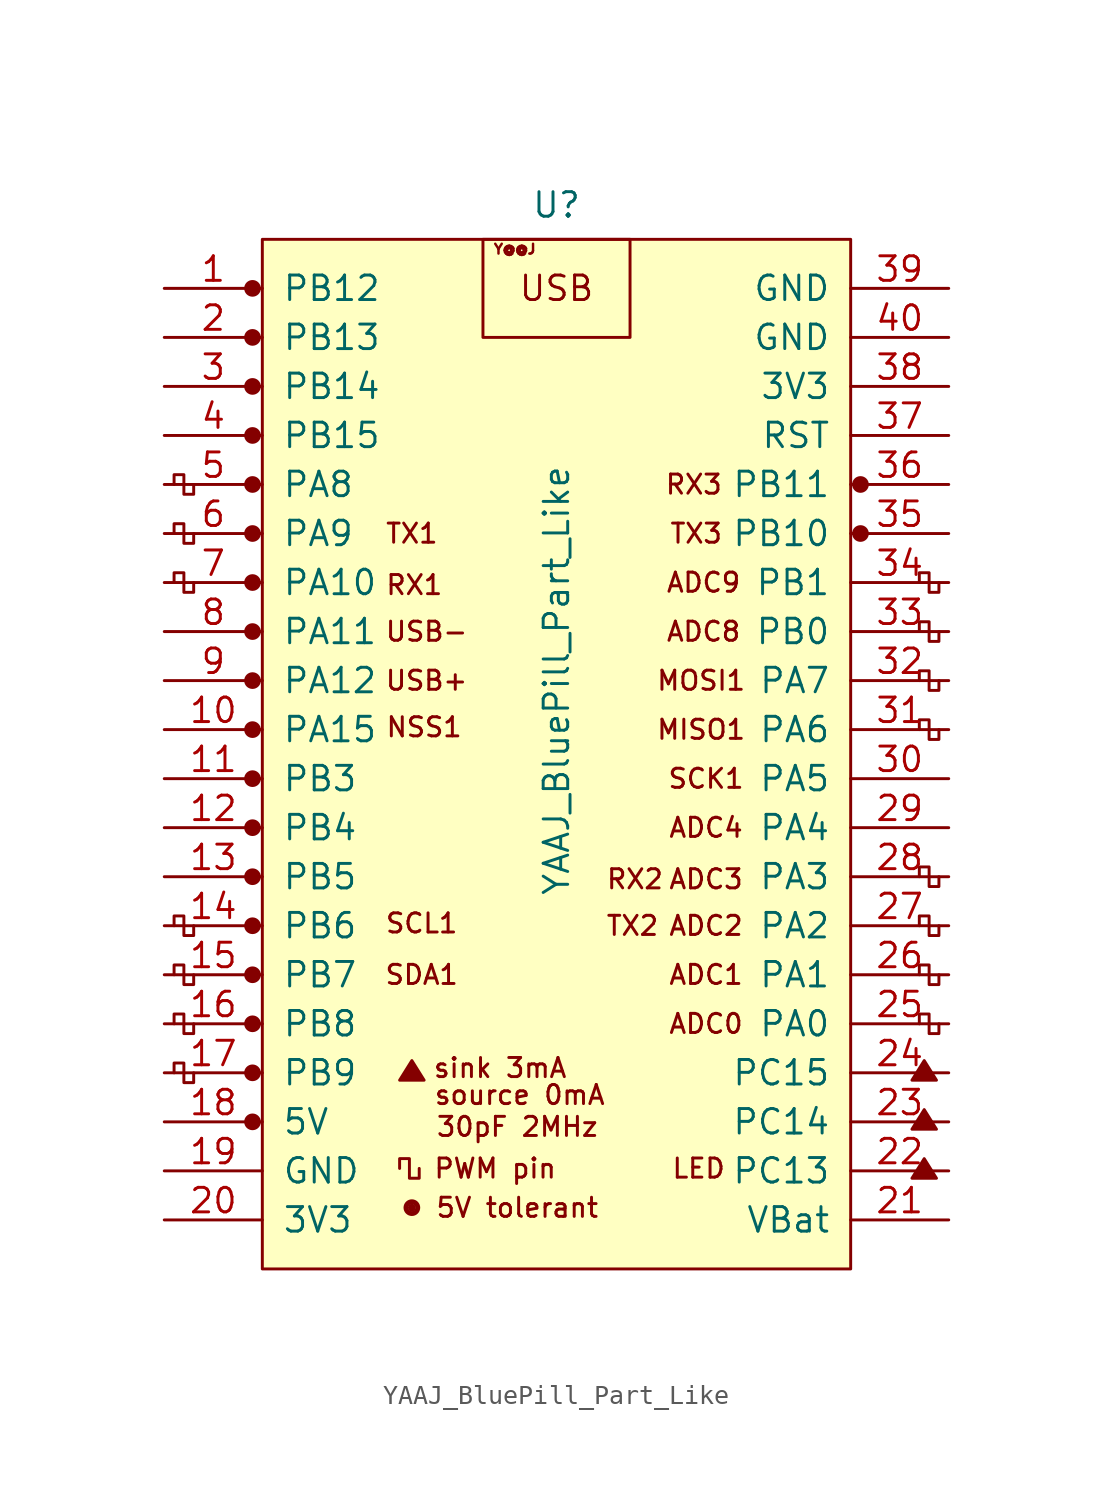
<source format=kicad_sym>
(kicad_symbol_lib
  (version 20231120)
  (generator "kicad_symbol_editor")
  (generator_version "8.0")
  (symbol "YAAJ_BluePill_Part_Like"
    (pin_names
      (offset 1.016))
    (property "Reference" "U"
      (at 0 27.178 0)
      (effects (font (size 1.27 1.27))))
    (property "Value" "YAAJ_BluePill_Part_Like"
      (at 0 2.54 90)
      (effects (font (size 1.27 1.27))))
    (symbol "YAAJ_BluePill_Part_Like_0_0"
      (circle (center -15.748 -20.32) (radius 0.356) (stroke (width 0) (type solid)) (fill (type outline)))
      (circle (center -15.748 -17.78) (radius 0.356) (stroke (width 0) (type solid)) (fill (type outline)))
      (circle (center -15.748 -15.24) (radius 0.356) (stroke (width 0) (type solid)) (fill (type outline)))
      (circle (center -15.748 -12.7) (radius 0.356) (stroke (width 0) (type solid)) (fill (type outline)))
      (circle (center -15.748 -10.16) (radius 0.356) (stroke (width 0) (type solid)) (fill (type outline)))
      (circle (center -15.748 -7.62) (radius 0.356) (stroke (width 0) (type solid)) (fill (type outline)))
      (circle (center -15.748 -5.08) (radius 0.356) (stroke (width 0) (type solid)) (fill (type outline)))
      (circle (center -15.748 -2.54) (radius 0.356) (stroke (width 0) (type solid)) (fill (type outline)))
      (circle (center -15.748 0) (radius 0.356) (stroke (width 0) (type solid)) (fill (type outline)))
      (circle (center -15.748 2.54) (radius 0.356) (stroke (width 0) (type solid)) (fill (type outline)))
      (circle (center -15.748 5.08) (radius 0.356) (stroke (width 0) (type solid)) (fill (type outline)))
      (circle (center -15.748 7.62) (radius 0.356) (stroke (width 0) (type solid)) (fill (type outline)))
      (circle (center -15.748 10.16) (radius 0.356) (stroke (width 0) (type solid)) (fill (type outline)))
      (circle (center -15.748 12.7) (radius 0.356) (stroke (width 0) (type solid)) (fill (type outline)))
      (circle (center -15.748 15.24) (radius 0.356) (stroke (width 0) (type solid)) (fill (type outline)))
      (circle (center -15.748 17.78) (radius 0.356) (stroke (width 0) (type solid)) (fill (type outline)))
      (circle (center -15.748 22.86) (radius 0.356) (stroke (width 0) (type solid)) (fill (type outline)))
      (circle (center -7.493 -24.765) (radius 0.127) (stroke (width 0) (type solid)) (fill (type outline)))
      (circle (center -7.493 -24.765) (radius 0.254) (stroke (width 0) (type solid)) (fill (type none)))
      (circle (center -7.493 -24.765) (radius 0.356) (stroke (width 0) (type solid)) (fill (type none)))
      (polyline (pts (xy -8.128 -18.161) (xy -7.493 -17.145) (xy -6.858 -18.161) (xy -8.128 -18.161) (xy -7.493 -17.272) (xy -6.985 -18.161) (xy -8.001 -18.034) (xy -7.493 -17.399) (xy -7.112 -18.161) (xy -7.874 -17.907) (xy -7.366 -17.526) (xy -7.239 -18.161) (xy -7.747 -17.78) (xy -7.239 -17.653) (xy -7.366 -18.034) (xy -7.62 -17.78) (xy -7.366 -17.907) (xy -7.493 -17.653)) (stroke (width 0) (type solid)) (fill (type none)))
      (polyline (pts (xy 18.415 -23.241) (xy 19.05 -22.225) (xy 19.685 -23.241) (xy 18.415 -23.241) (xy 19.05 -22.352) (xy 19.558 -23.241) (xy 18.542 -23.114) (xy 19.05 -22.479) (xy 19.431 -23.241) (xy 18.669 -22.987) (xy 19.177 -22.606) (xy 19.304 -23.241) (xy 18.796 -22.86) (xy 19.304 -22.733) (xy 19.177 -23.114) (xy 18.923 -22.86) (xy 19.177 -22.987) (xy 19.05 -22.733)) (stroke (width 0) (type solid)) (fill (type none)))
      (polyline (pts (xy 18.415 -20.701) (xy 19.05 -19.685) (xy 19.685 -20.701) (xy 18.415 -20.701) (xy 19.05 -19.812) (xy 19.558 -20.701) (xy 18.542 -20.574) (xy 19.05 -19.939) (xy 19.431 -20.701) (xy 18.669 -20.447) (xy 19.177 -20.066) (xy 19.304 -20.701) (xy 18.796 -20.32) (xy 19.304 -20.193) (xy 19.177 -20.574) (xy 18.923 -20.32) (xy 19.177 -20.447) (xy 19.05 -20.193)) (stroke (width 0) (type solid)) (fill (type none)))
      (polyline (pts (xy 18.415 -18.161) (xy 19.05 -17.145) (xy 19.685 -18.161) (xy 18.415 -18.161) (xy 19.05 -17.272) (xy 19.558 -18.161) (xy 18.542 -18.034) (xy 19.05 -17.399) (xy 19.431 -18.161) (xy 18.669 -17.907) (xy 19.177 -17.526) (xy 19.304 -18.161) (xy 18.796 -17.78) (xy 19.304 -17.653) (xy 19.177 -18.034) (xy 18.923 -17.78) (xy 19.177 -17.907) (xy 19.05 -17.653)) (stroke (width 0) (type solid)) (fill (type none)))
      (circle (center 15.748 10.16) (radius 0.254) (stroke (width 0) (type solid)) (fill (type outline)))
      (circle (center 15.748 10.16) (radius 0.356) (stroke (width 0) (type solid)) (fill (type none)))
      (circle (center 15.748 12.7) (radius 0.254) (stroke (width 0) (type solid)) (fill (type outline)))
      (circle (center 15.748 12.7) (radius 0.356) (stroke (width 0) (type solid)) (fill (type none)))
      (text "30pF 2MHz" (at -2.032 -20.574 0) (effects (font (size 0.991 0.991))))
      (text "5V tolerant" (at -2.032 -24.765 0) (effects (font (size 0.991 0.991))))
      (text "ADC0" (at 7.747 -15.24 0) (effects (font (size 0.991 0.991))))
      (text "ADC1" (at 7.747 -12.7 0) (effects (font (size 0.991 0.991))))
      (text "ADC2" (at 7.747 -10.16 0) (effects (font (size 0.991 0.991))))
      (text "ADC3" (at 7.747 -7.747 0) (effects (font (size 0.991 0.991))))
      (text "ADC4" (at 7.747 -5.08 0) (effects (font (size 0.991 0.991))))
      (text "ADC8" (at 7.62 5.08 0) (effects (font (size 0.991 0.991))))
      (text "ADC9" (at 7.62 7.62 0) (effects (font (size 0.991 0.991))))
      (text "LED" (at 7.366 -22.733 0) (effects (font (size 0.991 0.991))))
      (text "MISO1" (at 7.493 0 0) (effects (font (size 0.991 0.991))))
      (text "MOSI1" (at 7.493 2.54 0) (effects (font (size 0.991 0.991))))
      (text "NSS1" (at -6.858 0.127 0) (effects (font (size 0.991 0.991))))
      (text "PWM pin" (at -3.175 -22.733 0) (effects (font (size 0.991 0.991))))
      (text "RX1" (at -7.366 7.493 0) (effects (font (size 0.991 0.991))))
      (text "RX2" (at 4.064 -7.747 0) (effects (font (size 0.991 0.991))))
      (text "RX3" (at 7.112 12.7 0) (effects (font (size 0.991 0.991))))
      (text "SCK1" (at 7.747 -2.54 0) (effects (font (size 0.991 0.991))))
      (text "SCL1" (at -6.985 -10.033 0) (effects (font (size 0.991 0.991))))
      (text "SDA1" (at -6.985 -12.7 0) (effects (font (size 0.991 0.991))))
      (text "sink 3mA" (at -2.921 -17.526 0) (effects (font (size 0.991 0.991))))
      (text "source 0mA" (at -1.905 -18.923 0) (effects (font (size 0.991 0.991))))
      (text "TX1" (at -7.493 10.16 0) (effects (font (size 0.991 0.991))))
      (text "TX2" (at 3.937 -10.16 0) (effects (font (size 0.991 0.991))))
      (text "TX3" (at 7.239 10.16 0) (effects (font (size 0.991 0.991))))
      (text "USB" (at 0 22.86 0) (effects (font (size 1.27 1.27))))
      (text "USB+" (at -6.731 2.54 0) (effects (font (size 0.991 0.991))))
      (text "USB-" (at -6.731 5.08 0) (effects (font (size 0.991 0.991))))
      (text "Y@@J" (at -2.159 24.892 0) (effects (font (size 0.508 0.508)))))
    (symbol "YAAJ_BluePill_Part_Like_0_1"
      (rectangle (start -15.24 25.4) (end 15.24 -27.94) (stroke (width 0) (type solid)) (fill (type background)))
      (polyline (pts (xy -18.796 -17.78) (xy -18.796 -18.288) (xy -19.304 -18.288) (xy -19.304 -17.272) (xy -19.812 -17.272) (xy -19.812 -17.78)) (stroke (width 0) (type solid)) (fill (type none)))
      (polyline (pts (xy -18.796 -15.24) (xy -18.796 -15.748) (xy -19.304 -15.748) (xy -19.304 -14.732) (xy -19.812 -14.732) (xy -19.812 -15.24)) (stroke (width 0) (type solid)) (fill (type none)))
      (polyline (pts (xy -18.796 -12.7) (xy -18.796 -13.208) (xy -19.304 -13.208) (xy -19.304 -12.192) (xy -19.812 -12.192) (xy -19.812 -12.7)) (stroke (width 0) (type solid)) (fill (type none)))
      (polyline (pts (xy -18.796 -10.16) (xy -18.796 -10.668) (xy -19.304 -10.668) (xy -19.304 -9.652) (xy -19.812 -9.652) (xy -19.812 -10.16)) (stroke (width 0) (type solid)) (fill (type none)))
      (polyline (pts (xy -18.796 7.62) (xy -18.796 7.112) (xy -19.304 7.112) (xy -19.304 8.128) (xy -19.812 8.128) (xy -19.812 7.62)) (stroke (width 0) (type solid)) (fill (type none)))
      (polyline (pts (xy -18.796 10.16) (xy -18.796 9.652) (xy -19.304 9.652) (xy -19.304 10.668) (xy -19.812 10.668) (xy -19.812 10.16)) (stroke (width 0) (type solid)) (fill (type none)))
      (polyline (pts (xy -18.796 12.7) (xy -18.796 12.192) (xy -19.304 12.192) (xy -19.304 13.208) (xy -19.812 13.208) (xy -19.812 12.7)) (stroke (width 0) (type solid)) (fill (type none)))
      (polyline (pts (xy -7.112 -22.733) (xy -7.112 -23.241) (xy -7.62 -23.241) (xy -7.62 -22.225) (xy -8.128 -22.225) (xy -8.128 -22.733)) (stroke (width 0) (type solid)) (fill (type none)))
      (polyline (pts (xy 19.812 -15.24) (xy 19.812 -15.748) (xy 19.304 -15.748) (xy 19.304 -14.732) (xy 18.796 -14.732) (xy 18.796 -15.24)) (stroke (width 0) (type solid)) (fill (type none)))
      (polyline (pts (xy 19.812 -12.7) (xy 19.812 -13.208) (xy 19.304 -13.208) (xy 19.304 -12.192) (xy 18.796 -12.192) (xy 18.796 -12.7)) (stroke (width 0) (type solid)) (fill (type none)))
      (polyline (pts (xy 19.812 -10.16) (xy 19.812 -10.668) (xy 19.304 -10.668) (xy 19.304 -9.652) (xy 18.796 -9.652) (xy 18.796 -10.16)) (stroke (width 0) (type solid)) (fill (type none)))
      (polyline (pts (xy 19.812 -7.62) (xy 19.812 -8.128) (xy 19.304 -8.128) (xy 19.304 -7.112) (xy 18.796 -7.112) (xy 18.796 -7.62)) (stroke (width 0) (type solid)) (fill (type none)))
      (polyline (pts (xy 19.812 0) (xy 19.812 -0.508) (xy 19.304 -0.508) (xy 19.304 0.508) (xy 18.796 0.508) (xy 18.796 0)) (stroke (width 0) (type solid)) (fill (type none)))
      (polyline (pts (xy 19.812 2.54) (xy 19.812 2.032) (xy 19.304 2.032) (xy 19.304 3.048) (xy 18.796 3.048) (xy 18.796 2.54)) (stroke (width 0) (type solid)) (fill (type none)))
      (polyline (pts (xy 19.812 5.08) (xy 19.812 4.572) (xy 19.304 4.572) (xy 19.304 5.588) (xy 18.796 5.588) (xy 18.796 5.08)) (stroke (width 0) (type solid)) (fill (type none)))
      (polyline (pts (xy 19.812 7.62) (xy 19.812 7.112) (xy 19.304 7.112) (xy 19.304 8.128) (xy 18.796 8.128) (xy 18.796 7.62)) (stroke (width 0) (type solid)) (fill (type none)))
      (rectangle (start 3.81 25.4) (end -3.81 20.32) (stroke (width 0) (type solid)) (fill (type none))))
    (symbol "YAAJ_BluePill_Part_Like_1_1"
      (circle (center -15.748 20.32) (radius 0.356) (stroke (width 0) (type solid)) (fill (type outline)))
      (pin bidirectional line (at -20.32 22.86 0) (length 5.08) (name "PB12" (effects (font (size 1.27 1.27)))) (number "1" (effects (font (size 1.27 1.27)))))
      (pin bidirectional line (at -20.32 0 0) (length 5.08) (name "PA15" (effects (font (size 1.27 1.27)))) (number "10" (effects (font (size 1.27 1.27)))))
      (pin bidirectional line (at -20.32 -2.54 0) (length 5.08) (name "PB3" (effects (font (size 1.27 1.27)))) (number "11" (effects (font (size 1.27 1.27)))))
      (pin bidirectional line (at -20.32 -5.08 0) (length 5.08) (name "PB4" (effects (font (size 1.27 1.27)))) (number "12" (effects (font (size 1.27 1.27)))))
      (pin bidirectional line (at -20.32 -7.62 0) (length 5.08) (name "PB5" (effects (font (size 1.27 1.27)))) (number "13" (effects (font (size 1.27 1.27)))))
      (pin bidirectional line (at -20.32 -10.16 0) (length 5.08) (name "PB6" (effects (font (size 1.27 1.27)))) (number "14" (effects (font (size 1.27 1.27)))))
      (pin bidirectional line (at -20.32 -12.7 0) (length 5.08) (name "PB7" (effects (font (size 1.27 1.27)))) (number "15" (effects (font (size 1.27 1.27)))))
      (pin bidirectional line (at -20.32 -15.24 0) (length 5.08) (name "PB8" (effects (font (size 1.27 1.27)))) (number "16" (effects (font (size 1.27 1.27)))))
      (pin bidirectional line (at -20.32 -17.78 0) (length 5.08) (name "PB9" (effects (font (size 1.27 1.27)))) (number "17" (effects (font (size 1.27 1.27)))))
      (pin power_in line (at -20.32 -20.32 0) (length 5.08) (name "5V" (effects (font (size 1.27 1.27)))) (number "18" (effects (font (size 1.27 1.27)))))
      (pin power_in line (at -20.32 -22.86 0) (length 5.08) (name "GND" (effects (font (size 1.27 1.27)))) (number "19" (effects (font (size 1.27 1.27)))))
      (pin bidirectional line (at -20.32 20.32 0) (length 5.08) (name "PB13" (effects (font (size 1.27 1.27)))) (number "2" (effects (font (size 1.27 1.27)))))
      (pin power_in line (at -20.32 -25.4 0) (length 5.08) (name "3V3" (effects (font (size 1.27 1.27)))) (number "20" (effects (font (size 1.27 1.27)))))
      (pin power_in line (at 20.32 -25.4 180) (length 5.08) (name "VBat" (effects (font (size 1.27 1.27)))) (number "21" (effects (font (size 1.27 1.27)))))
      (pin bidirectional line (at 20.32 -22.86 180) (length 5.08) (name "PC13" (effects (font (size 1.27 1.27)))) (number "22" (effects (font (size 1.27 1.27)))))
      (pin bidirectional line (at 20.32 -20.32 180) (length 5.08) (name "PC14" (effects (font (size 1.27 1.27)))) (number "23" (effects (font (size 1.27 1.27)))))
      (pin bidirectional line (at 20.32 -17.78 180) (length 5.08) (name "PC15" (effects (font (size 1.27 1.27)))) (number "24" (effects (font (size 1.27 1.27)))))
      (pin bidirectional line (at 20.32 -15.24 180) (length 5.08) (name "PA0" (effects (font (size 1.27 1.27)))) (number "25" (effects (font (size 1.27 1.27)))))
      (pin bidirectional line (at 20.32 -12.7 180) (length 5.08) (name "PA1" (effects (font (size 1.27 1.27)))) (number "26" (effects (font (size 1.27 1.27)))))
      (pin bidirectional line (at 20.32 -10.16 180) (length 5.08) (name "PA2" (effects (font (size 1.27 1.27)))) (number "27" (effects (font (size 1.27 1.27)))))
      (pin bidirectional line (at 20.32 -7.62 180) (length 5.08) (name "PA3" (effects (font (size 1.27 1.27)))) (number "28" (effects (font (size 1.27 1.27)))))
      (pin bidirectional line (at 20.32 -5.08 180) (length 5.08) (name "PA4" (effects (font (size 1.27 1.27)))) (number "29" (effects (font (size 1.27 1.27)))))
      (pin bidirectional line (at -20.32 17.78 0) (length 5.08) (name "PB14" (effects (font (size 1.27 1.27)))) (number "3" (effects (font (size 1.27 1.27)))))
      (pin bidirectional line (at 20.32 -2.54 180) (length 5.08) (name "PA5" (effects (font (size 1.27 1.27)))) (number "30" (effects (font (size 1.27 1.27)))))
      (pin bidirectional line (at 20.32 0 180) (length 5.08) (name "PA6" (effects (font (size 1.27 1.27)))) (number "31" (effects (font (size 1.27 1.27)))))
      (pin bidirectional line (at 20.32 2.54 180) (length 5.08) (name "PA7" (effects (font (size 1.27 1.27)))) (number "32" (effects (font (size 1.27 1.27)))))
      (pin bidirectional line (at 20.32 5.08 180) (length 5.08) (name "PB0" (effects (font (size 1.27 1.27)))) (number "33" (effects (font (size 1.27 1.27)))))
      (pin bidirectional line (at 20.32 7.62 180) (length 5.08) (name "PB1" (effects (font (size 1.27 1.27)))) (number "34" (effects (font (size 1.27 1.27)))))
      (pin bidirectional line (at 20.32 10.16 180) (length 5.08) (name "PB10" (effects (font (size 1.27 1.27)))) (number "35" (effects (font (size 1.27 1.27)))))
      (pin bidirectional line (at 20.32 12.7 180) (length 5.08) (name "PB11" (effects (font (size 1.27 1.27)))) (number "36" (effects (font (size 1.27 1.27)))))
      (pin input line (at 20.32 15.24 180) (length 5.08) (name "RST" (effects (font (size 1.27 1.27)))) (number "37" (effects (font (size 1.27 1.27)))))
      (pin power_in line (at 20.32 17.78 180) (length 5.08) (name "3V3" (effects (font (size 1.27 1.27)))) (number "38" (effects (font (size 1.27 1.27)))))
      (pin power_in line (at 20.32 22.86 180) (length 5.08) (name "GND" (effects (font (size 1.27 1.27)))) (number "39" (effects (font (size 1.27 1.27)))))
      (pin bidirectional line (at -20.32 15.24 0) (length 5.08) (name "PB15" (effects (font (size 1.27 1.27)))) (number "4" (effects (font (size 1.27 1.27)))))
      (pin power_in line (at 20.32 20.32 180) (length 5.08) (name "GND" (effects (font (size 1.27 1.27)))) (number "40" (effects (font (size 1.27 1.27)))))
      (pin bidirectional line (at -20.32 12.7 0) (length 5.08) (name "PA8" (effects (font (size 1.27 1.27)))) (number "5" (effects (font (size 1.27 1.27)))))
      (pin bidirectional line (at -20.32 10.16 0) (length 5.08) (name "PA9" (effects (font (size 1.27 1.27)))) (number "6" (effects (font (size 1.27 1.27)))))
      (pin bidirectional line (at -20.32 7.62 0) (length 5.08) (name "PA10" (effects (font (size 1.27 1.27)))) (number "7" (effects (font (size 1.27 1.27)))))
      (pin bidirectional line (at -20.32 5.08 0) (length 5.08) (name "PA11" (effects (font (size 1.27 1.27)))) (number "8" (effects (font (size 1.27 1.27)))))
      (pin bidirectional line (at -20.32 2.54 0) (length 5.08) (name "PA12" (effects (font (size 1.27 1.27)))) (number "9" (effects (font (size 1.27 1.27))))))))
</source>
